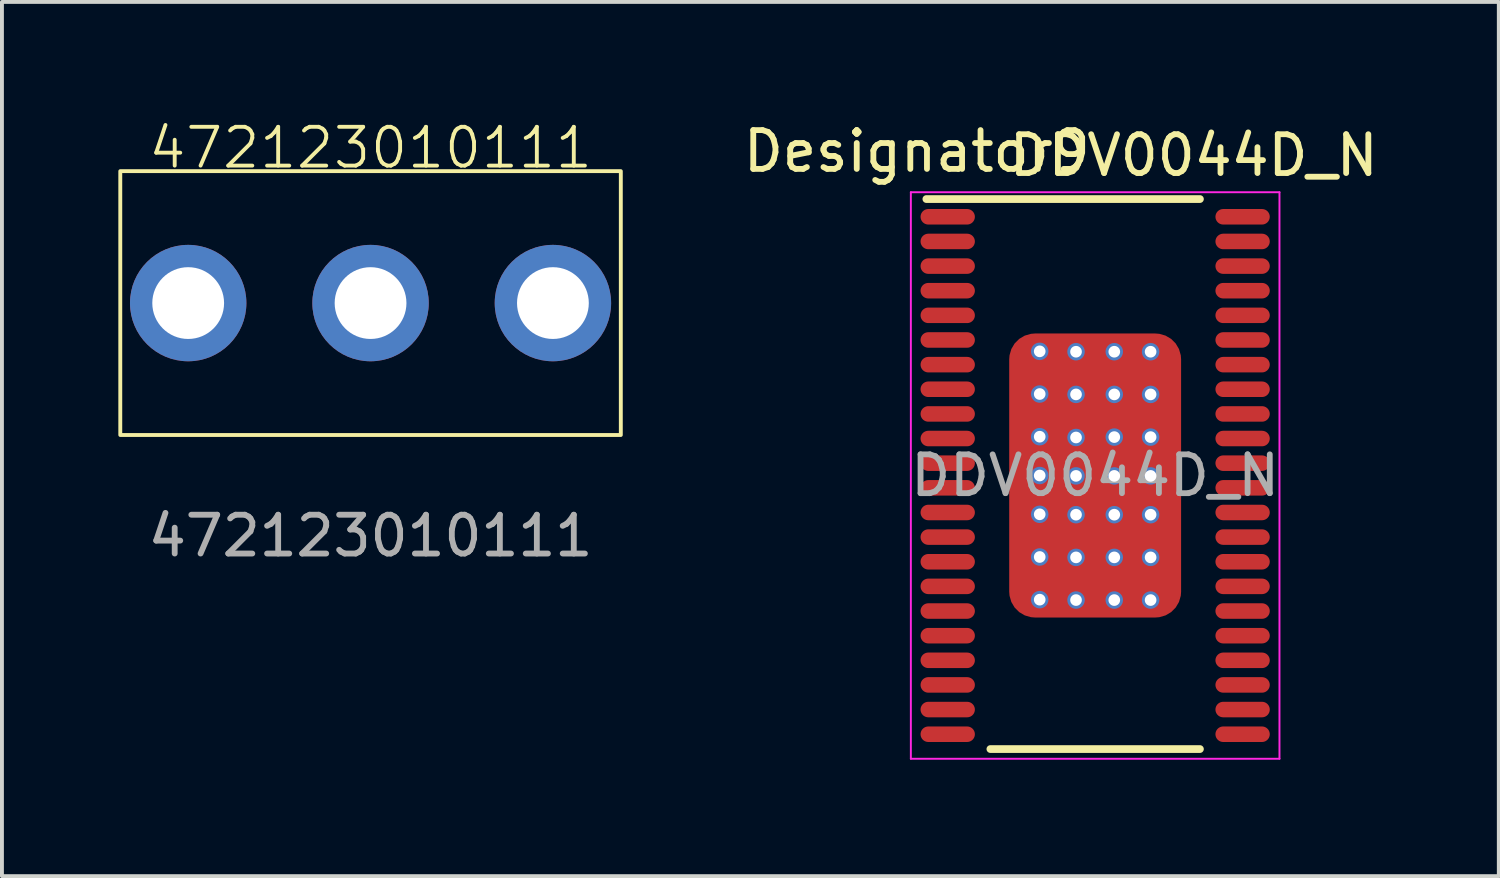
<source format=kicad_pcb>
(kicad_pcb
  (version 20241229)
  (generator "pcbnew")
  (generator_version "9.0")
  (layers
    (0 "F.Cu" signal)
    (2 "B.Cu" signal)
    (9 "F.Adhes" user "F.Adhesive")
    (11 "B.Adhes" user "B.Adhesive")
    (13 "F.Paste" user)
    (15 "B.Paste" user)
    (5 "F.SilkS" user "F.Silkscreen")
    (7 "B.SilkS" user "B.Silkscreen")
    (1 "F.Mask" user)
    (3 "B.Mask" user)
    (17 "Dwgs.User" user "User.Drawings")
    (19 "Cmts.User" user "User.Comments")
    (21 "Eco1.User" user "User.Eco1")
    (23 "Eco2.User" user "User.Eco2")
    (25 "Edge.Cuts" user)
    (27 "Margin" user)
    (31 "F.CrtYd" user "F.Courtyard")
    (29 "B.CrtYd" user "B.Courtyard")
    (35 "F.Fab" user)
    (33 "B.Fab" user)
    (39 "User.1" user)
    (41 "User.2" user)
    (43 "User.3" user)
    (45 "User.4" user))
  (footprint "DDV0044D_N"
    (layer "F.Cu")
    (at 25.175 9.205)
    (property "Reference" "DDV0044D_N" (at 2.54 -8.25 0) (unlocked yes) (layer "F.SilkS") (effects (font (size 1 1) (thickness 0.15))))
    (attr smd)
    (fp_line (start -4.35 -7.125) (end 2.7 -7.125) (stroke (width 0.2) (type solid)) (layer "F.SilkS"))
    (fp_line (start -2.7 7.05) (end 2.7 7.05) (stroke (width 0.2) (type solid)) (layer "F.SilkS"))
    (fp_line (start -4.75 -7.3) (end 4.75 -7.3) (stroke (width 0.05) (type solid)) (layer "F.CrtYd"))
    (fp_line (start -4.75 7.3) (end -4.75 -7.3) (stroke (width 0.05) (type solid)) (layer "F.CrtYd"))
    (fp_line (start -4.75 7.3) (end 4.75 7.3) (stroke (width 0.05) (type solid)) (layer "F.CrtYd"))
    (fp_line (start 4.75 7.3) (end 4.75 -7.3) (stroke (width 0.05) (type solid)) (layer "F.CrtYd"))
    (fp_text user "Designator9" (at -4.597 -8.357 0) (unlocked yes) (layer "F.SilkS") (effects (font (size 1 1) (thickness 0.15))))
    (fp_text user "${REFERENCE}" (at 0 0 0) (unlocked yes) (layer "F.Fab") (effects (font (size 1 1) (thickness 0.15))))
    (pad "1_GVDD_AB" smd oval (at -3.8 -6.668 90) (size 0.4 1.4) (layers "F.Cu" "F.Mask" "F.Paste"))
    (pad "2_VDD" smd oval (at -3.8 -6.032 90) (size 0.4 1.4) (layers "F.Cu" "F.Mask" "F.Paste"))
    (pad "3_M1" smd oval (at -3.8 -5.397 90) (size 0.4 1.4) (layers "F.Cu" "F.Mask" "F.Paste"))
    (pad "4_M2" smd oval (at -3.8 -4.763 90) (size 0.4 1.4) (layers "F.Cu" "F.Mask" "F.Paste"))
    (pad "5_Input_A" smd oval (at -3.8 -4.128 90) (size 0.4 1.4) (layers "F.Cu" "F.Mask" "F.Paste"))
    (pad "6_Input_B" smd oval (at -3.8 -3.493 90) (size 0.4 1.4) (layers "F.Cu" "F.Mask" "F.Paste"))
    (pad "7_OC_ADJ" smd oval (at -3.8 -2.857 90) (size 0.4 1.4) (layers "F.Cu" "F.Mask" "F.Paste"))
    (pad "8_FREQ_ADJ" smd oval (at -3.8 -2.223 90) (size 0.4 1.4) (layers "F.Cu" "F.Mask" "F.Paste"))
    (pad "9_OSC_IOM" smd oval (at -3.8 -1.587 90) (size 0.4 1.4) (layers "F.Cu" "F.Mask" "F.Paste"))
    (pad "10_OSC_IOP" smd oval (at -3.8 -0.953 90) (size 0.4 1.4) (layers "F.Cu" "F.Mask" "F.Paste"))
    (pad "11_DVDD" smd oval (at -3.8 -0.318 90) (size 0.4 1.4) (layers "F.Cu" "F.Mask" "F.Paste"))
    (pad "12_GND" smd oval (at -3.8 0.318 90) (size 0.4 1.4) (layers "F.Cu" "F.Mask" "F.Paste"))
    (pad "13_GND" smd oval (at -3.8 0.953 90) (size 0.4 1.4) (layers "F.Cu" "F.Mask" "F.Paste"))
    (pad "14_AVDD" smd oval (at -3.8 1.587 90) (size 0.4 1.4) (layers "F.Cu" "F.Mask" "F.Paste"))
    (pad "15_C_START" smd oval (at -3.8 2.223 90) (size 0.4 1.4) (layers "F.Cu" "F.Mask" "F.Paste"))
    (pad "16_INPUT_C" smd oval (at -3.8 2.857 90) (size 0.4 1.4) (layers "F.Cu" "F.Mask" "F.Paste"))
    (pad "17_INPUT_D" smd oval (at -3.8 3.493 90) (size 0.4 1.4) (layers "F.Cu" "F.Mask" "F.Paste"))
    (pad "18_/RESET" smd oval (at -3.8 4.128 90) (size 0.4 1.4) (layers "F.Cu" "F.Mask" "F.Paste"))
    (pad "19_/FAULT" smd oval (at -3.8 4.763 90) (size 0.4 1.4) (layers "F.Cu" "F.Mask" "F.Paste"))
    (pad "20_VBG" smd oval (at -3.8 5.397 90) (size 0.4 1.4) (layers "F.Cu" "F.Mask" "F.Paste"))
    (pad "21_/CLIP_OTW" smd oval (at -3.8 6.032 90) (size 0.4 1.4) (layers "F.Cu" "F.Mask" "F.Paste"))
    (pad "22_GVDD_CD" smd oval (at -3.8 6.668 90) (size 0.4 1.4) (layers "F.Cu" "F.Mask" "F.Paste"))
    (pad "23_BST_D" smd oval (at 3.8 6.668 90) (size 0.4 1.4) (layers "F.Cu" "F.Mask" "F.Paste"))
    (pad "24_BST_C" smd oval (at 3.8 6.032 90) (size 0.4 1.4) (layers "F.Cu" "F.Mask" "F.Paste"))
    (pad "25_GND" smd oval (at 3.8 5.397 90) (size 0.4 1.4) (layers "F.Cu" "F.Mask" "F.Paste"))
    (pad "26_GND" smd oval (at 3.8 4.763 90) (size 0.4 1.4) (layers "F.Cu" "F.Mask" "F.Paste"))
    (pad "27_OUT_D" smd oval (at 3.8 4.128 90) (size 0.4 1.4) (layers "F.Cu" "F.Mask" "F.Paste"))
    (pad "28_OUT_D" smd oval (at 3.8 3.493 90) (size 0.4 1.4) (layers "F.Cu" "F.Mask" "F.Paste"))
    (pad "29_PVDD_CD" smd oval (at 3.8 2.857 90) (size 0.4 1.4) (layers "F.Cu" "F.Mask" "F.Paste"))
    (pad "30_PVDD_CD" smd oval (at 3.8 2.223 90) (size 0.4 1.4) (layers "F.Cu" "F.Mask" "F.Paste"))
    (pad "31_PVDD_CD" smd oval (at 3.8 1.587 90) (size 0.4 1.4) (layers "F.Cu" "F.Mask" "F.Paste"))
    (pad "32_OUT_C" smd oval (at 3.8 0.953 90) (size 0.4 1.4) (layers "F.Cu" "F.Mask" "F.Paste"))
    (pad "33_GND" smd oval (at 3.8 0.318 90) (size 0.4 1.4) (layers "F.Cu" "F.Mask" "F.Paste"))
    (pad "34_GND" smd oval (at 3.8 -0.318 90) (size 0.4 1.4) (layers "F.Cu" "F.Mask" "F.Paste"))
    (pad "35_OUT_B" smd oval (at 3.8 -0.953 90) (size 0.4 1.4) (layers "F.Cu" "F.Mask" "F.Paste"))
    (pad "36_PVDD_AB" smd oval (at 3.8 -1.587 90) (size 0.4 1.4) (layers "F.Cu" "F.Mask" "F.Paste"))
    (pad "37_PVDD_AB" smd oval (at 3.8 -2.223 90) (size 0.4 1.4) (layers "F.Cu" "F.Mask" "F.Paste"))
    (pad "38_PVDD_AB" smd oval (at 3.8 -2.857 90) (size 0.4 1.4) (layers "F.Cu" "F.Mask" "F.Paste"))
    (pad "39_OUT_A" smd oval (at 3.8 -3.493 90) (size 0.4 1.4) (layers "F.Cu" "F.Mask" "F.Paste"))
    (pad "40_OUT_A" smd oval (at 3.8 -4.128 90) (size 0.4 1.4) (layers "F.Cu" "F.Mask" "F.Paste"))
    (pad "41_GND" smd oval (at 3.8 -4.763 90) (size 0.4 1.4) (layers "F.Cu" "F.Mask" "F.Paste"))
    (pad "42_GND" smd oval (at 3.8 -5.397 90) (size 0.4 1.4) (layers "F.Cu" "F.Mask" "F.Paste"))
    (pad "43_BST_B" smd oval (at 3.8 -6.032 90) (size 0.4 1.4) (layers "F.Cu" "F.Mask" "F.Paste"))
    (pad "44_BST_A" smd oval (at 3.8 -6.668 90) (size 0.4 1.4) (layers "F.Cu" "F.Mask" "F.Paste"))
    (pad "45" thru_hole oval (at -1.429 -3.2 90) (size 0.45 0.45) (drill 0.3) (layers "*.Cu" "*.Mask"))
    (pad "45" thru_hole oval (at -1.429 -2.1 90) (size 0.45 0.45) (drill 0.3) (layers "*.Cu" "*.Mask"))
    (pad "45" thru_hole oval (at -1.429 -1 90) (size 0.45 0.45) (drill 0.3) (layers "*.Cu" "*.Mask"))
    (pad "45" thru_hole oval (at -1.429 0 90) (size 0.45 0.45) (drill 0.3) (layers "*.Cu" "*.Mask"))
    (pad "45" thru_hole oval (at -1.429 1 90) (size 0.45 0.45) (drill 0.3) (layers "*.Cu" "*.Mask"))
    (pad "45" thru_hole oval (at -1.429 2.1 90) (size 0.45 0.45) (drill 0.3) (layers "*.Cu" "*.Mask"))
    (pad "45" thru_hole oval (at -1.429 3.2 90) (size 0.45 0.45) (drill 0.3) (layers "*.Cu" "*.Mask"))
    (pad "45" thru_hole oval (at -0.493 -3.19 90) (size 0.45 0.45) (drill 0.3) (layers "*.Cu" "*.Mask"))
    (pad "45" thru_hole oval (at -0.493 -2.09 90) (size 0.45 0.45) (drill 0.3) (layers "*.Cu" "*.Mask"))
    (pad "45" thru_hole oval (at -0.493 -0.98 90) (size 0.45 0.45) (drill 0.3) (layers "*.Cu" "*.Mask"))
    (pad "45" thru_hole oval (at -0.493 0.01 90) (size 0.45 0.45) (drill 0.3) (layers "*.Cu" "*.Mask"))
    (pad "45" thru_hole oval (at -0.493 1.01 90) (size 0.45 0.45) (drill 0.3) (layers "*.Cu" "*.Mask"))
    (pad "45" thru_hole oval (at -0.493 2.11 90) (size 0.45 0.45) (drill 0.3) (layers "*.Cu" "*.Mask"))
    (pad "45" thru_hole oval (at -0.493 3.21 90) (size 0.45 0.45) (drill 0.3) (layers "*.Cu" "*.Mask"))
    (pad "45" smd roundrect (at 0 0) (size 4.43 7.32) (layers "F.Cu" "F.Mask" "F.Paste") (roundrect_rratio 0.15))
    (pad "45" thru_hole oval (at 0.493 -3.19 90) (size 0.45 0.45) (drill 0.3) (layers "*.Cu" "*.Mask"))
    (pad "45" thru_hole oval (at 0.493 -2.09 90) (size 0.45 0.45) (drill 0.3) (layers "*.Cu" "*.Mask"))
    (pad "45" thru_hole oval (at 0.493 -0.99 90) (size 0.45 0.45) (drill 0.3) (layers "*.Cu" "*.Mask"))
    (pad "45" thru_hole oval (at 0.493 0.01 90) (size 0.45 0.45) (drill 0.3) (layers "*.Cu" "*.Mask"))
    (pad "45" thru_hole oval (at 0.493 1.01 90) (size 0.45 0.45) (drill 0.3) (layers "*.Cu" "*.Mask"))
    (pad "45" thru_hole oval (at 0.493 2.11 90) (size 0.45 0.45) (drill 0.3) (layers "*.Cu" "*.Mask"))
    (pad "45" thru_hole oval (at 0.493 3.21 90) (size 0.45 0.45) (drill 0.3) (layers "*.Cu" "*.Mask"))
    (pad "45" thru_hole oval (at 1.429 -3.19 90) (size 0.45 0.45) (drill 0.3) (layers "*.Cu" "*.Mask"))
    (pad "45" thru_hole oval (at 1.429 -2.09 90) (size 0.45 0.45) (drill 0.3) (layers "*.Cu" "*.Mask"))
    (pad "45" thru_hole oval (at 1.429 -0.99 90) (size 0.45 0.45) (drill 0.3) (layers "*.Cu" "*.Mask"))
    (pad "45" thru_hole oval (at 1.429 0.01 90) (size 0.45 0.45) (drill 0.3) (layers "*.Cu" "*.Mask"))
    (pad "45" thru_hole oval (at 1.429 1.01 90) (size 0.45 0.45) (drill 0.3) (layers "*.Cu" "*.Mask"))
    (pad "45" thru_hole oval (at 1.429 2.11 90) (size 0.45 0.45) (drill 0.3) (layers "*.Cu" "*.Mask"))
    (pad "45" thru_hole oval (at 1.429 3.21 90) (size 0.45 0.45) (drill 0.3) (layers "*.Cu" "*.Mask")))
  (footprint "472123010111"
    (layer "F.Cu")
    (at 6.5 4.761)
    (property "Reference" "472123010111" (at 0 -4 0) (unlocked yes) (layer "F.SilkS") (effects (font (size 1 1) (thickness 0.1))))
    (attr through_hole)
    (fp_rect (start -6.45 -3.4) (end 6.45 3.4) (stroke (width 0.1) (type default)) (fill no) (layer "F.SilkS"))
    (fp_rect (start -6.35 -3.3) (end 6.35 3.3) (stroke (width 0.1) (type default)) (fill no) (layer "Margin"))
    (fp_text user "${REFERENCE}" (at 0 6 0) (unlocked yes) (layer "F.Fab") (effects (font (size 1 1) (thickness 0.15))))
    (pad "1" thru_hole circle (at -4.7 0) (size 3 3) (drill 1.85) (layers "*.Cu" "*.Mask"))
    (pad "2" thru_hole circle (at 0 0) (size 3 3) (drill 1.85) (layers "*.Cu" "*.Mask"))
    (pad "3" thru_hole circle (at 4.7 0) (size 3 3) (drill 1.85) (layers "*.Cu" "*.Mask")))
  (gr_rect
    (start -3 -3)
    (end 35.578 19.53)
    (stroke (width 0.1) (type default))
    (fill no)
    (layer "Edge.Cuts")))
</source>
